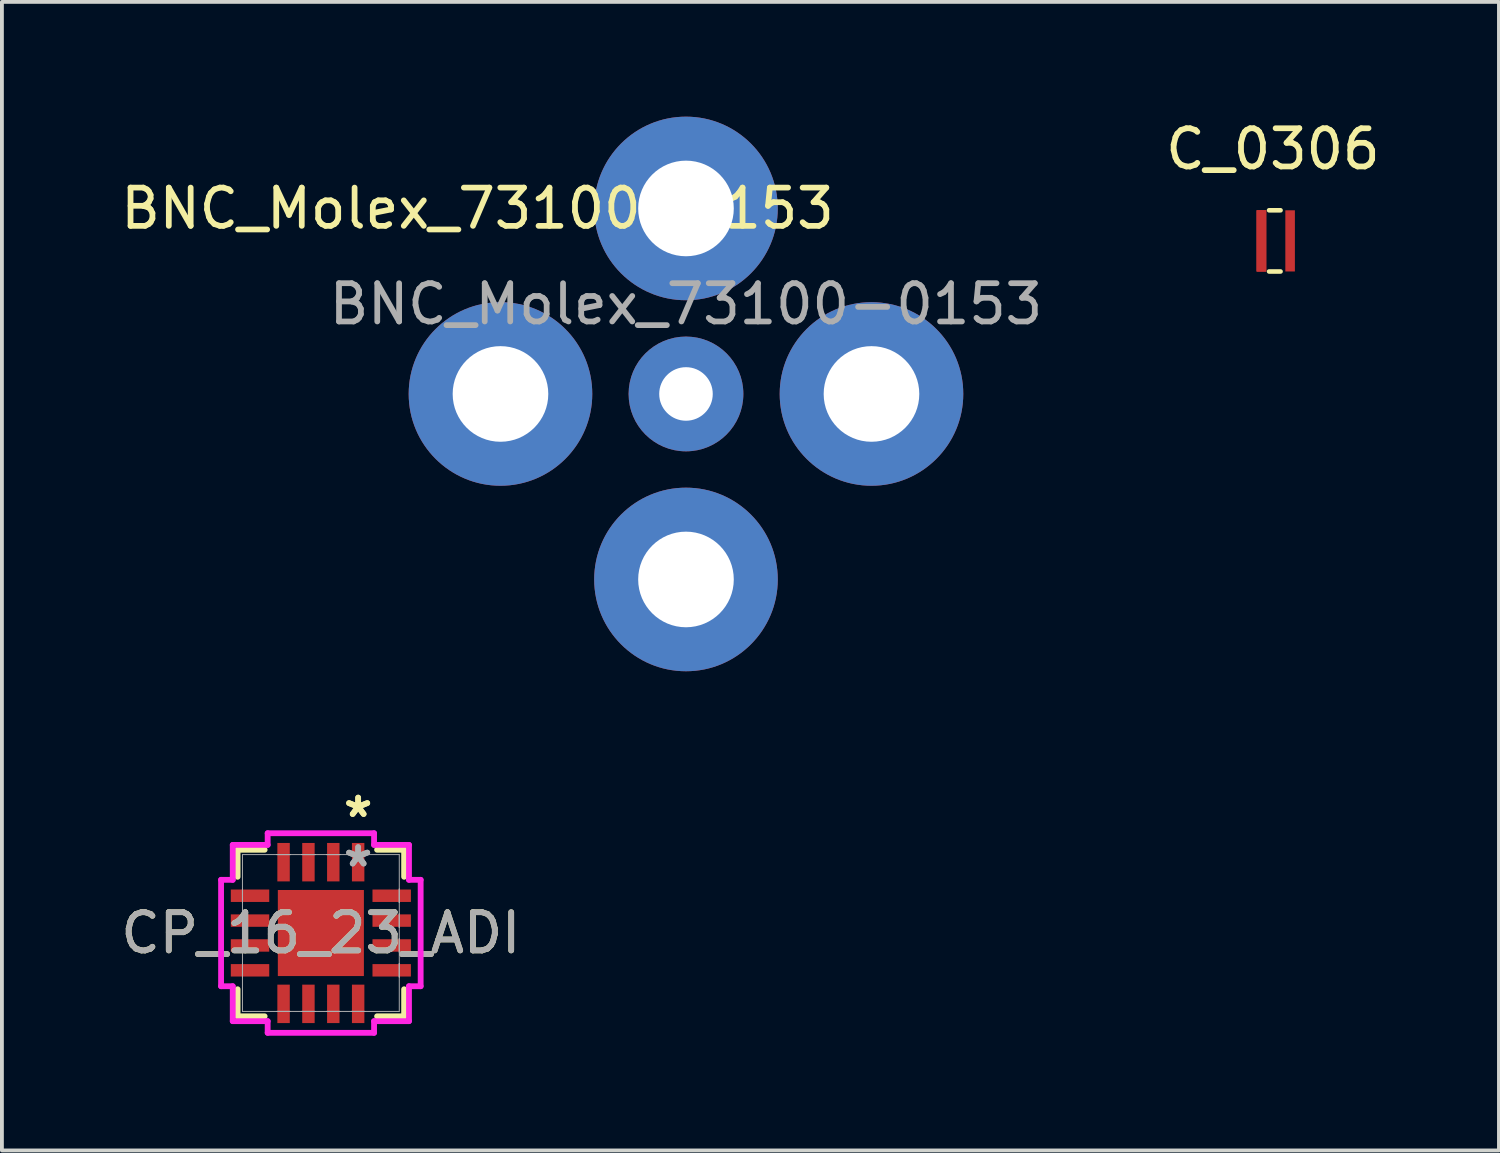
<source format=kicad_pcb>
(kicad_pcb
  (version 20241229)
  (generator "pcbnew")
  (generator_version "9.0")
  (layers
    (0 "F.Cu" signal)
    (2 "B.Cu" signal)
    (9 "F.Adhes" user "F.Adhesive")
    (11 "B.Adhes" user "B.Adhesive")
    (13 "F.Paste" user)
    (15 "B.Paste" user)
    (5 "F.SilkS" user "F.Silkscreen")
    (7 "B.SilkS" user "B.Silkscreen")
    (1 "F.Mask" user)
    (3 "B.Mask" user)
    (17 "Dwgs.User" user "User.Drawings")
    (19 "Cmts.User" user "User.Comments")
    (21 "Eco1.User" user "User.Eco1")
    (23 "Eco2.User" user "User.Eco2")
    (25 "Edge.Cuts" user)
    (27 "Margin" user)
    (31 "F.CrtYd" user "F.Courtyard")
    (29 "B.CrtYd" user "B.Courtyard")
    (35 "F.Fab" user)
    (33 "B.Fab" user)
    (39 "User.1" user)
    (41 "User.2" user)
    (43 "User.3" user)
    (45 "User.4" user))
  (footprint "CP_16_23_ADI"
    (layer "F.Cu")
    (at 5.339 21.344)
    (property "Reference" "CP_16_23_ADI" (at 0 0 0) (unlocked yes) (layer "F.SilkS") (effects (font (size 1 1) (thickness 0.15))))
    (attr smd)
    (fp_line (start -2.177 -2.177) (end -2.177 -1.47) (stroke (width 0.152) (type solid)) (layer "F.SilkS"))
    (fp_line (start -2.177 1.47) (end -2.177 2.177) (stroke (width 0.152) (type solid)) (layer "F.SilkS"))
    (fp_line (start -2.177 2.177) (end -1.47 2.177) (stroke (width 0.152) (type solid)) (layer "F.SilkS"))
    (fp_line (start -1.47 -2.177) (end -2.177 -2.177) (stroke (width 0.152) (type solid)) (layer "F.SilkS"))
    (fp_line (start 1.47 2.177) (end 2.177 2.177) (stroke (width 0.152) (type solid)) (layer "F.SilkS"))
    (fp_line (start 2.177 -2.177) (end 1.47 -2.177) (stroke (width 0.152) (type solid)) (layer "F.SilkS"))
    (fp_line (start 2.177 -1.47) (end 2.177 -2.177) (stroke (width 0.152) (type solid)) (layer "F.SilkS"))
    (fp_line (start 2.177 2.177) (end 2.177 1.47) (stroke (width 0.152) (type solid)) (layer "F.SilkS"))
    (fp_line (start -2.609 -1.391) (end -2.304 -1.391) (stroke (width 0.152) (type solid)) (layer "F.CrtYd"))
    (fp_line (start -2.609 1.391) (end -2.609 -1.391) (stroke (width 0.152) (type solid)) (layer "F.CrtYd"))
    (fp_line (start -2.304 -2.304) (end -1.391 -2.304) (stroke (width 0.152) (type solid)) (layer "F.CrtYd"))
    (fp_line (start -2.304 -1.391) (end -2.304 -2.304) (stroke (width 0.152) (type solid)) (layer "F.CrtYd"))
    (fp_line (start -2.304 1.391) (end -2.609 1.391) (stroke (width 0.152) (type solid)) (layer "F.CrtYd"))
    (fp_line (start -2.304 2.304) (end -2.304 1.391) (stroke (width 0.152) (type solid)) (layer "F.CrtYd"))
    (fp_line (start -1.391 -2.609) (end 1.391 -2.609) (stroke (width 0.152) (type solid)) (layer "F.CrtYd"))
    (fp_line (start -1.391 -2.304) (end -1.391 -2.609) (stroke (width 0.152) (type solid)) (layer "F.CrtYd"))
    (fp_line (start -1.391 2.304) (end -2.304 2.304) (stroke (width 0.152) (type solid)) (layer "F.CrtYd"))
    (fp_line (start -1.391 2.609) (end -1.391 2.304) (stroke (width 0.152) (type solid)) (layer "F.CrtYd"))
    (fp_line (start 1.391 -2.609) (end 1.391 -2.304) (stroke (width 0.152) (type solid)) (layer "F.CrtYd"))
    (fp_line (start 1.391 -2.304) (end 2.304 -2.304) (stroke (width 0.152) (type solid)) (layer "F.CrtYd"))
    (fp_line (start 1.391 2.304) (end 1.391 2.609) (stroke (width 0.152) (type solid)) (layer "F.CrtYd"))
    (fp_line (start 1.391 2.609) (end -1.391 2.609) (stroke (width 0.152) (type solid)) (layer "F.CrtYd"))
    (fp_line (start 2.304 -2.304) (end 2.304 -1.391) (stroke (width 0.152) (type solid)) (layer "F.CrtYd"))
    (fp_line (start 2.304 -1.391) (end 2.609 -1.391) (stroke (width 0.152) (type solid)) (layer "F.CrtYd"))
    (fp_line (start 2.304 1.391) (end 2.304 2.304) (stroke (width 0.152) (type solid)) (layer "F.CrtYd"))
    (fp_line (start 2.304 2.304) (end 1.391 2.304) (stroke (width 0.152) (type solid)) (layer "F.CrtYd"))
    (fp_line (start 2.609 -1.391) (end 2.609 1.391) (stroke (width 0.152) (type solid)) (layer "F.CrtYd"))
    (fp_line (start 2.609 1.391) (end 2.304 1.391) (stroke (width 0.152) (type solid)) (layer "F.CrtYd"))
    (fp_line (start -2.05 -2.05) (end -2.05 2.05) (stroke (width 0.025) (type solid)) (layer "F.Fab"))
    (fp_line (start -2.05 -1.15) (end -2.05 -1.15) (stroke (width 0.025) (type solid)) (layer "F.Fab"))
    (fp_line (start -2.05 -1.15) (end -2.05 -0.8) (stroke (width 0.025) (type solid)) (layer "F.Fab"))
    (fp_line (start -2.05 -0.8) (end -2.05 -1.15) (stroke (width 0.025) (type solid)) (layer "F.Fab"))
    (fp_line (start -2.05 -0.8) (end -2.05 -0.8) (stroke (width 0.025) (type solid)) (layer "F.Fab"))
    (fp_line (start -2.05 -0.5) (end -2.05 -0.5) (stroke (width 0.025) (type solid)) (layer "F.Fab"))
    (fp_line (start -2.05 -0.5) (end -2.05 -0.15) (stroke (width 0.025) (type solid)) (layer "F.Fab"))
    (fp_line (start -2.05 -0.15) (end -2.05 -0.5) (stroke (width 0.025) (type solid)) (layer "F.Fab"))
    (fp_line (start -2.05 -0.15) (end -2.05 -0.15) (stroke (width 0.025) (type solid)) (layer "F.Fab"))
    (fp_line (start -2.05 0.15) (end -2.05 0.15) (stroke (width 0.025) (type solid)) (layer "F.Fab"))
    (fp_line (start -2.05 0.15) (end -2.05 0.5) (stroke (width 0.025) (type solid)) (layer "F.Fab"))
    (fp_line (start -2.05 0.5) (end -2.05 0.15) (stroke (width 0.025) (type solid)) (layer "F.Fab"))
    (fp_line (start -2.05 0.5) (end -2.05 0.5) (stroke (width 0.025) (type solid)) (layer "F.Fab"))
    (fp_line (start -2.05 0.8) (end -2.05 0.8) (stroke (width 0.025) (type solid)) (layer "F.Fab"))
    (fp_line (start -2.05 0.8) (end -2.05 1.15) (stroke (width 0.025) (type solid)) (layer "F.Fab"))
    (fp_line (start -2.05 1.15) (end -2.05 0.8) (stroke (width 0.025) (type solid)) (layer "F.Fab"))
    (fp_line (start -2.05 1.15) (end -2.05 1.15) (stroke (width 0.025) (type solid)) (layer "F.Fab"))
    (fp_line (start -2.05 2.05) (end 2.05 2.05) (stroke (width 0.025) (type solid)) (layer "F.Fab"))
    (fp_line (start -1.15 -2.05) (end -1.15 -2.05) (stroke (width 0.025) (type solid)) (layer "F.Fab"))
    (fp_line (start -1.15 -2.05) (end -0.8 -2.05) (stroke (width 0.025) (type solid)) (layer "F.Fab"))
    (fp_line (start -1.15 2.05) (end -1.15 2.05) (stroke (width 0.025) (type solid)) (layer "F.Fab"))
    (fp_line (start -1.15 2.05) (end -0.8 2.05) (stroke (width 0.025) (type solid)) (layer "F.Fab"))
    (fp_line (start -0.8 -2.05) (end -1.15 -2.05) (stroke (width 0.025) (type solid)) (layer "F.Fab"))
    (fp_line (start -0.8 -2.05) (end -0.8 -2.05) (stroke (width 0.025) (type solid)) (layer "F.Fab"))
    (fp_line (start -0.8 2.05) (end -1.15 2.05) (stroke (width 0.025) (type solid)) (layer "F.Fab"))
    (fp_line (start -0.8 2.05) (end -0.8 2.05) (stroke (width 0.025) (type solid)) (layer "F.Fab"))
    (fp_line (start -0.5 -2.05) (end -0.5 -2.05) (stroke (width 0.025) (type solid)) (layer "F.Fab"))
    (fp_line (start -0.5 -2.05) (end -0.15 -2.05) (stroke (width 0.025) (type solid)) (layer "F.Fab"))
    (fp_line (start -0.5 2.05) (end -0.5 2.05) (stroke (width 0.025) (type solid)) (layer "F.Fab"))
    (fp_line (start -0.5 2.05) (end -0.15 2.05) (stroke (width 0.025) (type solid)) (layer "F.Fab"))
    (fp_line (start -0.15 -2.05) (end -0.5 -2.05) (stroke (width 0.025) (type solid)) (layer "F.Fab"))
    (fp_line (start -0.15 -2.05) (end -0.15 -2.05) (stroke (width 0.025) (type solid)) (layer "F.Fab"))
    (fp_line (start -0.15 2.05) (end -0.5 2.05) (stroke (width 0.025) (type solid)) (layer "F.Fab"))
    (fp_line (start -0.15 2.05) (end -0.15 2.05) (stroke (width 0.025) (type solid)) (layer "F.Fab"))
    (fp_line (start 0.15 -2.05) (end 0.15 -2.05) (stroke (width 0.025) (type solid)) (layer "F.Fab"))
    (fp_line (start 0.15 -2.05) (end 0.5 -2.05) (stroke (width 0.025) (type solid)) (layer "F.Fab"))
    (fp_line (start 0.15 2.05) (end 0.15 2.05) (stroke (width 0.025) (type solid)) (layer "F.Fab"))
    (fp_line (start 0.15 2.05) (end 0.5 2.05) (stroke (width 0.025) (type solid)) (layer "F.Fab"))
    (fp_line (start 0.5 -2.05) (end 0.15 -2.05) (stroke (width 0.025) (type solid)) (layer "F.Fab"))
    (fp_line (start 0.5 -2.05) (end 0.5 -2.05) (stroke (width 0.025) (type solid)) (layer "F.Fab"))
    (fp_line (start 0.5 2.05) (end 0.15 2.05) (stroke (width 0.025) (type solid)) (layer "F.Fab"))
    (fp_line (start 0.5 2.05) (end 0.5 2.05) (stroke (width 0.025) (type solid)) (layer "F.Fab"))
    (fp_line (start 0.8 -2.05) (end 0.8 -2.05) (stroke (width 0.025) (type solid)) (layer "F.Fab"))
    (fp_line (start 0.8 -2.05) (end 1.15 -2.05) (stroke (width 0.025) (type solid)) (layer "F.Fab"))
    (fp_line (start 0.8 2.05) (end 0.8 2.05) (stroke (width 0.025) (type solid)) (layer "F.Fab"))
    (fp_line (start 0.8 2.05) (end 1.15 2.05) (stroke (width 0.025) (type solid)) (layer "F.Fab"))
    (fp_line (start 1.15 -2.05) (end 0.8 -2.05) (stroke (width 0.025) (type solid)) (layer "F.Fab"))
    (fp_line (start 1.15 -2.05) (end 1.15 -2.05) (stroke (width 0.025) (type solid)) (layer "F.Fab"))
    (fp_line (start 1.15 2.05) (end 0.8 2.05) (stroke (width 0.025) (type solid)) (layer "F.Fab"))
    (fp_line (start 1.15 2.05) (end 1.15 2.05) (stroke (width 0.025) (type solid)) (layer "F.Fab"))
    (fp_line (start 2.05 -2.05) (end -2.05 -2.05) (stroke (width 0.025) (type solid)) (layer "F.Fab"))
    (fp_line (start 2.05 -1.15) (end 2.05 -1.15) (stroke (width 0.025) (type solid)) (layer "F.Fab"))
    (fp_line (start 2.05 -1.15) (end 2.05 -0.8) (stroke (width 0.025) (type solid)) (layer "F.Fab"))
    (fp_line (start 2.05 -0.8) (end 2.05 -1.15) (stroke (width 0.025) (type solid)) (layer "F.Fab"))
    (fp_line (start 2.05 -0.8) (end 2.05 -0.8) (stroke (width 0.025) (type solid)) (layer "F.Fab"))
    (fp_line (start 2.05 -0.5) (end 2.05 -0.5) (stroke (width 0.025) (type solid)) (layer "F.Fab"))
    (fp_line (start 2.05 -0.5) (end 2.05 -0.15) (stroke (width 0.025) (type solid)) (layer "F.Fab"))
    (fp_line (start 2.05 -0.15) (end 2.05 -0.5) (stroke (width 0.025) (type solid)) (layer "F.Fab"))
    (fp_line (start 2.05 -0.15) (end 2.05 -0.15) (stroke (width 0.025) (type solid)) (layer "F.Fab"))
    (fp_line (start 2.05 0.15) (end 2.05 0.15) (stroke (width 0.025) (type solid)) (layer "F.Fab"))
    (fp_line (start 2.05 0.15) (end 2.05 0.5) (stroke (width 0.025) (type solid)) (layer "F.Fab"))
    (fp_line (start 2.05 0.5) (end 2.05 0.15) (stroke (width 0.025) (type solid)) (layer "F.Fab"))
    (fp_line (start 2.05 0.5) (end 2.05 0.5) (stroke (width 0.025) (type solid)) (layer "F.Fab"))
    (fp_line (start 2.05 0.8) (end 2.05 0.8) (stroke (width 0.025) (type solid)) (layer "F.Fab"))
    (fp_line (start 2.05 0.8) (end 2.05 1.15) (stroke (width 0.025) (type solid)) (layer "F.Fab"))
    (fp_line (start 2.05 1.15) (end 2.05 0.8) (stroke (width 0.025) (type solid)) (layer "F.Fab"))
    (fp_line (start 2.05 1.15) (end 2.05 1.15) (stroke (width 0.025) (type solid)) (layer "F.Fab"))
    (fp_line (start 2.05 2.05) (end 2.05 -2.05) (stroke (width 0.025) (type solid)) (layer "F.Fab"))
    (fp_text user "*" (at 0.975 -2.995 0) (unlocked yes) (layer "F.SilkS") (effects (font (size 1 1) (thickness 0.15))))
    (fp_text user "*" (at 0.975 -2.995 0) (layer "F.SilkS") (effects (font (size 1 1) (thickness 0.15))))
    (fp_text user "*" (at 0.975 -1.7 0) (layer "F.Fab") (effects (font (size 1 1) (thickness 0.15))))
    (fp_text user "*" (at 0.975 -1.7 0) (unlocked yes) (layer "F.Fab") (effects (font (size 1 1) (thickness 0.15))))
    (fp_text user "${REFERENCE}" (at 0 0 0) (unlocked yes) (layer "F.Fab") (effects (font (size 1 1) (thickness 0.15))))
    (pad "1" smd rect (at 0.975 -1.852) (size 0.325 1.005) (layers "F.Cu" "F.Mask" "F.Paste"))
    (pad "2" smd rect (at 0.325 -1.852) (size 0.325 1.005) (layers "F.Cu" "F.Mask" "F.Paste"))
    (pad "3" smd rect (at -0.325 -1.852) (size 0.325 1.005) (layers "F.Cu" "F.Mask" "F.Paste"))
    (pad "4" smd rect (at -0.975 -1.852) (size 0.325 1.005) (layers "F.Cu" "F.Mask" "F.Paste"))
    (pad "5" smd rect (at -1.852 -0.975 90) (size 0.325 1.005) (layers "F.Cu" "F.Mask" "F.Paste"))
    (pad "6" smd rect (at -1.852 -0.325 90) (size 0.325 1.005) (layers "F.Cu" "F.Mask" "F.Paste"))
    (pad "7" smd rect (at -1.852 0.325 90) (size 0.325 1.005) (layers "F.Cu" "F.Mask" "F.Paste"))
    (pad "8" smd rect (at -1.852 0.975 90) (size 0.325 1.005) (layers "F.Cu" "F.Mask" "F.Paste"))
    (pad "9" smd rect (at -0.975 1.852) (size 0.325 1.005) (layers "F.Cu" "F.Mask" "F.Paste"))
    (pad "10" smd rect (at -0.325 1.852) (size 0.325 1.005) (layers "F.Cu" "F.Mask" "F.Paste"))
    (pad "11" smd rect (at 0.325 1.852) (size 0.325 1.005) (layers "F.Cu" "F.Mask" "F.Paste"))
    (pad "12" smd rect (at 0.975 1.852) (size 0.325 1.005) (layers "F.Cu" "F.Mask" "F.Paste"))
    (pad "13" smd rect (at 1.852 0.975 90) (size 0.325 1.005) (layers "F.Cu" "F.Mask" "F.Paste"))
    (pad "14" smd rect (at 1.852 0.325 90) (size 0.325 1.005) (layers "F.Cu" "F.Mask" "F.Paste"))
    (pad "15" smd rect (at 1.852 -0.325 90) (size 0.325 1.005) (layers "F.Cu" "F.Mask" "F.Paste"))
    (pad "16" smd rect (at 1.852 -0.975 90) (size 0.325 1.005) (layers "F.Cu" "F.Mask" "F.Paste"))
    (pad "HTAB" smd rect (at 0 0) (size 2.25 2.25) (layers "F.Cu" "F.Mask" "F.Paste")))
  (footprint "BNC_Molex_73100-0153"
    (layer "F.Cu")
    (at 14.885 2.4)
    (property "Reference" "BNC_Molex_73100-0153" (at -5.45 0 0) (unlocked yes) (layer "F.SilkS") (effects (font (size 1 1) (thickness 0.15))))
    (attr smd)
    (fp_text user "${REFERENCE}" (at 0 2.5 0) (unlocked yes) (layer "F.Fab") (effects (font (size 1 1) (thickness 0.15))))
    (pad "1" thru_hole circle (at 0 4.85) (size 3 3) (drill 1.4) (layers "*.Cu" "*.Mask"))
    (pad "2" thru_hole circle (at -4.85 4.85) (size 4.8 4.8) (drill 2.5) (layers "*.Cu" "*.Mask"))
    (pad "2" thru_hole circle (at 0 0) (size 4.8 4.8) (drill 2.5) (layers "*.Cu" "*.Mask"))
    (pad "2" thru_hole circle (at 0 9.7) (size 4.8 4.8) (drill 2.5) (layers "*.Cu" "*.Mask"))
    (pad "2" thru_hole circle (at 4.85 4.85) (size 4.8 4.8) (drill 2.5) (layers "*.Cu" "*.Mask")))
  (footprint "C_0306"
    (layer "F.Cu")
    (at 29.93 3.248)
    (property "Reference" "C_0306" (at 0.3 -2.4 0) (layer "F.SilkS") (effects (font (size 1 1) (thickness 0.15))))
    (attr through_hole)
    (fp_line (start 0.2 -0.8) (end 0.5 -0.8) (stroke (width 0.12) (type solid)) (layer "F.SilkS"))
    (fp_line (start 0.2 0.8) (end 0.5 0.8) (stroke (width 0.12) (type solid)) (layer "F.SilkS"))
    (pad "1" smd rect (at 0 0) (size 0.25 1.6) (layers "F.Cu" "F.Mask" "F.Paste"))
    (pad "1" smd rect (at 0 0) (size 0.25 1.6) (layers "F.Cu" "F.Mask" "F.Paste"))
    (pad "1" smd rect (at 0 0) (size 0.25 1.6) (layers "F.Cu" "F.Mask" "F.Paste"))
    (pad "2" smd rect (at 0.75 0) (size 0.25 1.6) (layers "F.Cu" "F.Mask" "F.Paste")))
  (gr_rect
    (start -3 -3)
    (end 36.14 27.029)
    (stroke (width 0.1) (type default))
    (fill no)
    (layer "Edge.Cuts")))
</source>
